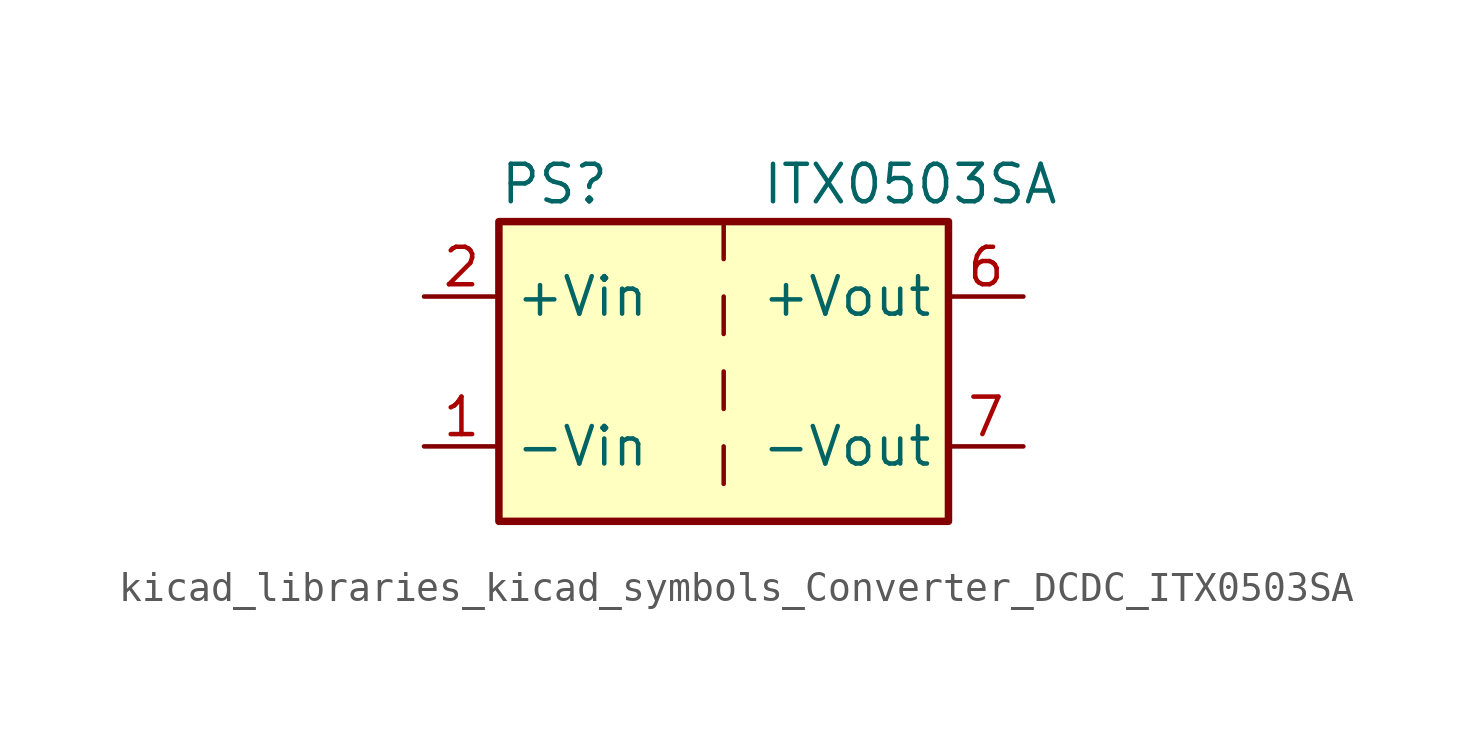
<source format=kicad_sym>
(kicad_symbol_lib
  (version 20220914)
  (generator kicad_symbol_editor)
  (symbol "kicad_libraries_kicad_symbols_Converter_DCDC_ITX0503SA"
    (property "Reference" "PS"
      (at -7.62 6.35 0)
      (effects (font (size 1.27 1.27)) (justify left)))
    (property "Value" "ITX0503SA"
      (at 1.27 6.35 0)
      (effects (font (size 1.27 1.27)) (justify left)))
    (symbol "kicad_libraries_kicad_symbols_Converter_DCDC_ITX0503SA_0_0"
      (pin power_in line (at -10.16 -2.54 0) (length 2.54) (name "-Vin" (effects (font (size 1.27 1.27)))) (number "1" (effects (font (size 1.27 1.27)))))
      (pin power_in line (at -10.16 2.54 0) (length 2.54) (name "+Vin" (effects (font (size 1.27 1.27)))) (number "2" (effects (font (size 1.27 1.27)))))
      (pin power_out line (at 10.16 2.54 180) (length 2.54) (name "+Vout" (effects (font (size 1.27 1.27)))) (number "6" (effects (font (size 1.27 1.27)))))
      (pin power_out line (at 10.16 -2.54 180) (length 2.54) (name "-Vout" (effects (font (size 1.27 1.27)))) (number "7" (effects (font (size 1.27 1.27)))))
      (pin no_connect line (at 7.62 0 180) (length 2.54) hide (name "NC" (effects (font (size 1.27 1.27)))) (number "8" (effects (font (size 1.27 1.27))))))
    (symbol "kicad_libraries_kicad_symbols_Converter_DCDC_ITX0503SA_0_1"
      (rectangle (start -7.62 5.08) (end 7.62 -5.08) (stroke (width 0.254) (type default)) (fill (type background)))
      (polyline (pts (xy 0 -2.54) (xy 0 -3.81)) (stroke (width 0) (type default)) (fill (type none)))
      (polyline (pts (xy 0 0) (xy 0 -1.27)) (stroke (width 0) (type default)) (fill (type none)))
      (polyline (pts (xy 0 2.54) (xy 0 1.27)) (stroke (width 0) (type default)) (fill (type none)))
      (polyline (pts (xy 0 5.08) (xy 0 3.81)) (stroke (width 0) (type default)) (fill (type none))))))
</source>
